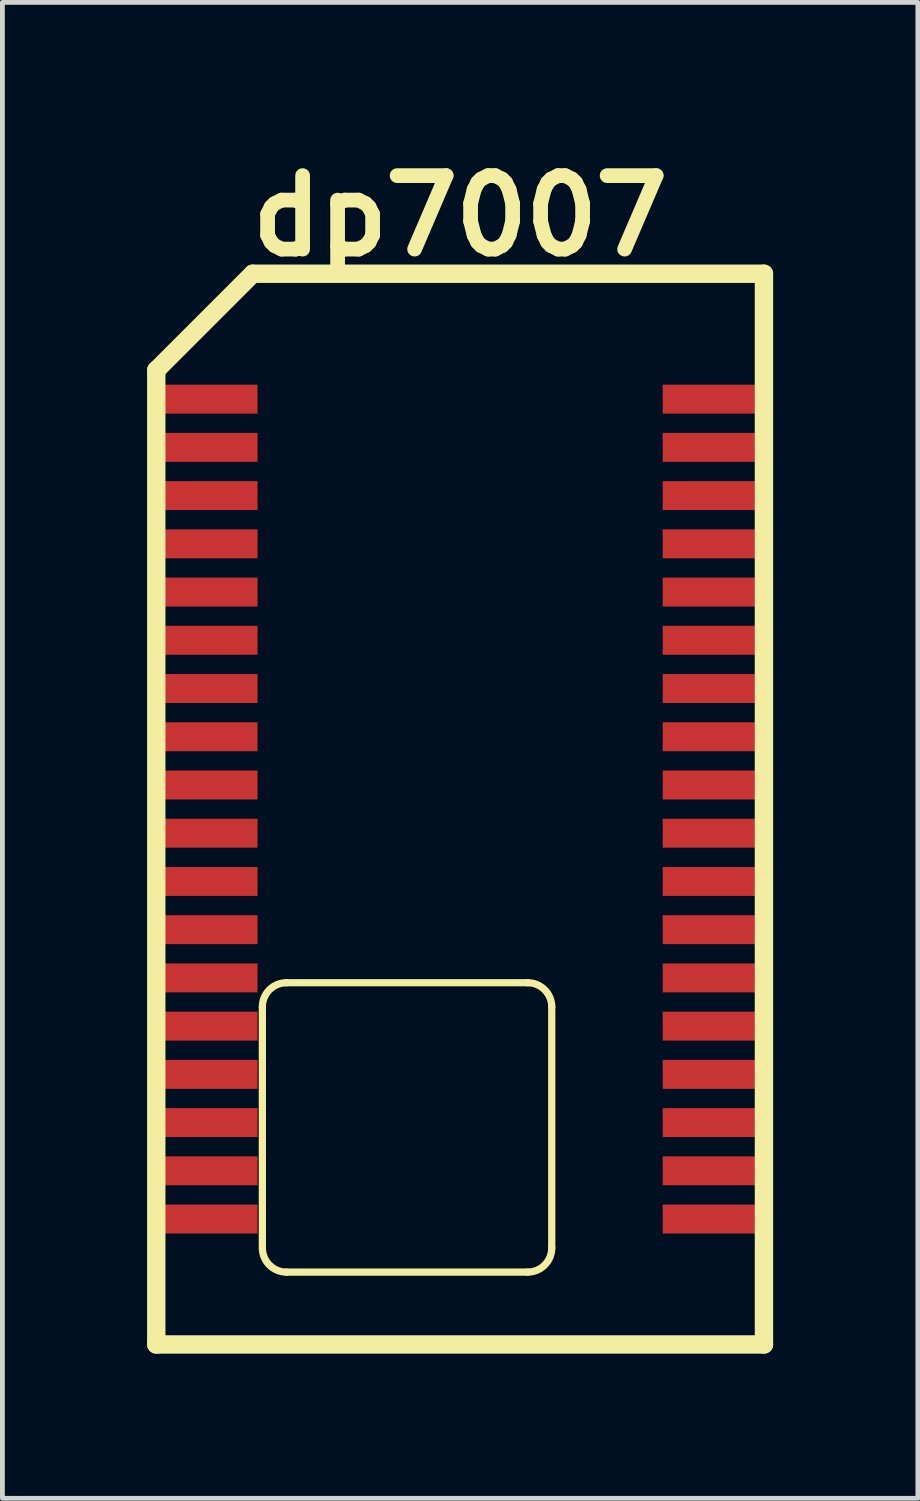
<source format=kicad_pcb>
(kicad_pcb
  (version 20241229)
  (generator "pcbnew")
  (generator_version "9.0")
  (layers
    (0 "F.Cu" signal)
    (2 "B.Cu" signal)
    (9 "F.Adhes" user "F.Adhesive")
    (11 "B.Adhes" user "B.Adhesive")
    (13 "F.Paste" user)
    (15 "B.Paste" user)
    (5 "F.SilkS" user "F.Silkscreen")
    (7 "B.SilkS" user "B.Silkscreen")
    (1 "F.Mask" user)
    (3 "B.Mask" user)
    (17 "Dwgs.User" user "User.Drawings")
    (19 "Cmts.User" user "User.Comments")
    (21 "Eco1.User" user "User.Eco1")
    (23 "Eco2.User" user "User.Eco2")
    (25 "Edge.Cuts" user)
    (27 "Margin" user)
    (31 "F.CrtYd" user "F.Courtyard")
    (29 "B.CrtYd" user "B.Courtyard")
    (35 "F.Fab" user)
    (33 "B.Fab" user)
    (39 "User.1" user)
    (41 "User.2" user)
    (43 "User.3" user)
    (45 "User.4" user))
  (footprint "dp7007"
    (layer "F.Cu")
    (at 6.49 13.726)
    (property "Reference" "dp7007" (at 0 -12.3 0) (layer "F.SilkS") (effects (font (size 1.524 1.524) (thickness 0.305))))
    (attr through_hole)
    (fp_line (start -6.3 -9.1) (end -4.3 -11.1) (stroke (width 0.381) (type solid)) (layer "F.SilkS"))
    (fp_line (start -6.3 11.1) (end -6.3 -9.1) (stroke (width 0.381) (type solid)) (layer "F.SilkS"))
    (fp_line (start -4.3 -11.1) (end 6.3 -11.1) (stroke (width 0.381) (type solid)) (layer "F.SilkS"))
    (fp_line (start -4.1 9.1) (end -4.1 4.1) (stroke (width 0.15) (type solid)) (layer "F.SilkS"))
    (fp_line (start -3.6 3.6) (end 1.4 3.6) (stroke (width 0.15) (type solid)) (layer "F.SilkS"))
    (fp_line (start 1.4 9.6) (end -3.6 9.6) (stroke (width 0.15) (type solid)) (layer "F.SilkS"))
    (fp_line (start 1.9 4.1) (end 1.9 9.1) (stroke (width 0.15) (type solid)) (layer "F.SilkS"))
    (fp_line (start 6.3 -11.1) (end 6.3 11.1) (stroke (width 0.381) (type solid)) (layer "F.SilkS"))
    (fp_line (start 6.3 11.1) (end -6.3 11.1) (stroke (width 0.381) (type solid)) (layer "F.SilkS"))
    (fp_arc (start -4.1 4.1) (mid -3.953553 3.746447) (end -3.6 3.6) (stroke (width 0.15) (type solid)) (layer "F.SilkS"))
    (fp_arc (start -3.6 9.6) (mid -3.953553 9.453553) (end -4.1 9.1) (stroke (width 0.15) (type solid)) (layer "F.SilkS"))
    (fp_arc (start 1.4 3.6) (mid 1.753553 3.746447) (end 1.9 4.1) (stroke (width 0.15) (type solid)) (layer "F.SilkS"))
    (fp_arc (start 1.9 9.1) (mid 1.753553 9.453553) (end 1.4 9.6) (stroke (width 0.15) (type solid)) (layer "F.SilkS"))
    (pad "1" smd rect (at -5.2 -8.5) (size 2 0.6) (layers "F.Cu" "F.Mask" "F.Paste"))
    (pad "2" smd rect (at -5.2 -7.5) (size 2 0.6) (layers "F.Cu" "F.Mask" "F.Paste"))
    (pad "3" smd rect (at -5.2 -6.5) (size 2 0.6) (layers "F.Cu" "F.Mask" "F.Paste"))
    (pad "4" smd rect (at -5.2 -5.5) (size 2 0.6) (layers "F.Cu" "F.Mask" "F.Paste"))
    (pad "5" smd rect (at -5.2 -4.5) (size 2 0.6) (layers "F.Cu" "F.Mask" "F.Paste"))
    (pad "6" smd rect (at -5.2 -3.5) (size 2 0.6) (layers "F.Cu" "F.Mask" "F.Paste"))
    (pad "7" smd rect (at -5.2 -2.5) (size 2 0.6) (layers "F.Cu" "F.Mask" "F.Paste"))
    (pad "8" smd rect (at -5.2 -1.5) (size 2 0.6) (layers "F.Cu" "F.Mask" "F.Paste"))
    (pad "9" smd rect (at -5.2 -0.5) (size 2 0.6) (layers "F.Cu" "F.Mask" "F.Paste"))
    (pad "10" smd rect (at -5.2 0.5) (size 2 0.6) (layers "F.Cu" "F.Mask" "F.Paste"))
    (pad "11" smd rect (at -5.2 1.5) (size 2 0.6) (layers "F.Cu" "F.Mask" "F.Paste"))
    (pad "12" smd rect (at -5.2 2.5) (size 2 0.6) (layers "F.Cu" "F.Mask" "F.Paste"))
    (pad "13" smd rect (at -5.2 3.5) (size 2 0.6) (layers "F.Cu" "F.Mask" "F.Paste"))
    (pad "14" smd rect (at -5.2 4.5) (size 2 0.6) (layers "F.Cu" "F.Mask" "F.Paste"))
    (pad "15" smd rect (at -5.2 5.5) (size 2 0.6) (layers "F.Cu" "F.Mask" "F.Paste"))
    (pad "16" smd rect (at -5.2 6.5) (size 2 0.6) (layers "F.Cu" "F.Mask" "F.Paste"))
    (pad "17" smd rect (at -5.2 7.5) (size 2 0.6) (layers "F.Cu" "F.Mask" "F.Paste"))
    (pad "18" smd rect (at -5.2 8.5) (size 2 0.6) (layers "F.Cu" "F.Mask" "F.Paste"))
    (pad "19" smd rect (at 5.2 8.5) (size 2 0.6) (layers "F.Cu" "F.Mask" "F.Paste"))
    (pad "20" smd rect (at 5.2 7.5) (size 2 0.6) (layers "F.Cu" "F.Mask" "F.Paste"))
    (pad "21" smd rect (at 5.2 6.5) (size 2 0.6) (layers "F.Cu" "F.Mask" "F.Paste"))
    (pad "22" smd rect (at 5.2 5.5) (size 2 0.6) (layers "F.Cu" "F.Mask" "F.Paste"))
    (pad "23" smd rect (at 5.2 4.5) (size 2 0.6) (layers "F.Cu" "F.Mask" "F.Paste"))
    (pad "24" smd rect (at 5.2 3.5) (size 2 0.6) (layers "F.Cu" "F.Mask" "F.Paste"))
    (pad "25" smd rect (at 5.2 2.5) (size 2 0.6) (layers "F.Cu" "F.Mask" "F.Paste"))
    (pad "26" smd rect (at 5.2 1.5) (size 2 0.6) (layers "F.Cu" "F.Mask" "F.Paste"))
    (pad "27" smd rect (at 5.2 0.5) (size 2 0.6) (layers "F.Cu" "F.Mask" "F.Paste"))
    (pad "28" smd rect (at 5.2 -0.5) (size 2 0.6) (layers "F.Cu" "F.Mask" "F.Paste"))
    (pad "29" smd rect (at 5.2 -1.5) (size 2 0.6) (layers "F.Cu" "F.Mask" "F.Paste"))
    (pad "30" smd rect (at 5.2 -2.5) (size 2 0.6) (layers "F.Cu" "F.Mask" "F.Paste"))
    (pad "31" smd rect (at 5.2 -3.5) (size 2 0.6) (layers "F.Cu" "F.Mask" "F.Paste"))
    (pad "32" smd rect (at 5.2 -4.5) (size 2 0.6) (layers "F.Cu" "F.Mask" "F.Paste"))
    (pad "33" smd rect (at 5.2 -5.5) (size 2 0.6) (layers "F.Cu" "F.Mask" "F.Paste"))
    (pad "34" smd rect (at 5.2 -6.5) (size 2 0.6) (layers "F.Cu" "F.Mask" "F.Paste"))
    (pad "35" smd rect (at 5.2 -7.5) (size 2 0.6) (layers "F.Cu" "F.Mask" "F.Paste"))
    (pad "36" smd rect (at 5.2 -8.5) (size 2 0.6) (layers "F.Cu" "F.Mask" "F.Paste")))
  (gr_rect
    (start -3 -3)
    (end 15.981 28.017)
    (stroke (width 0.1) (type default))
    (fill no)
    (layer "Edge.Cuts")))
</source>
